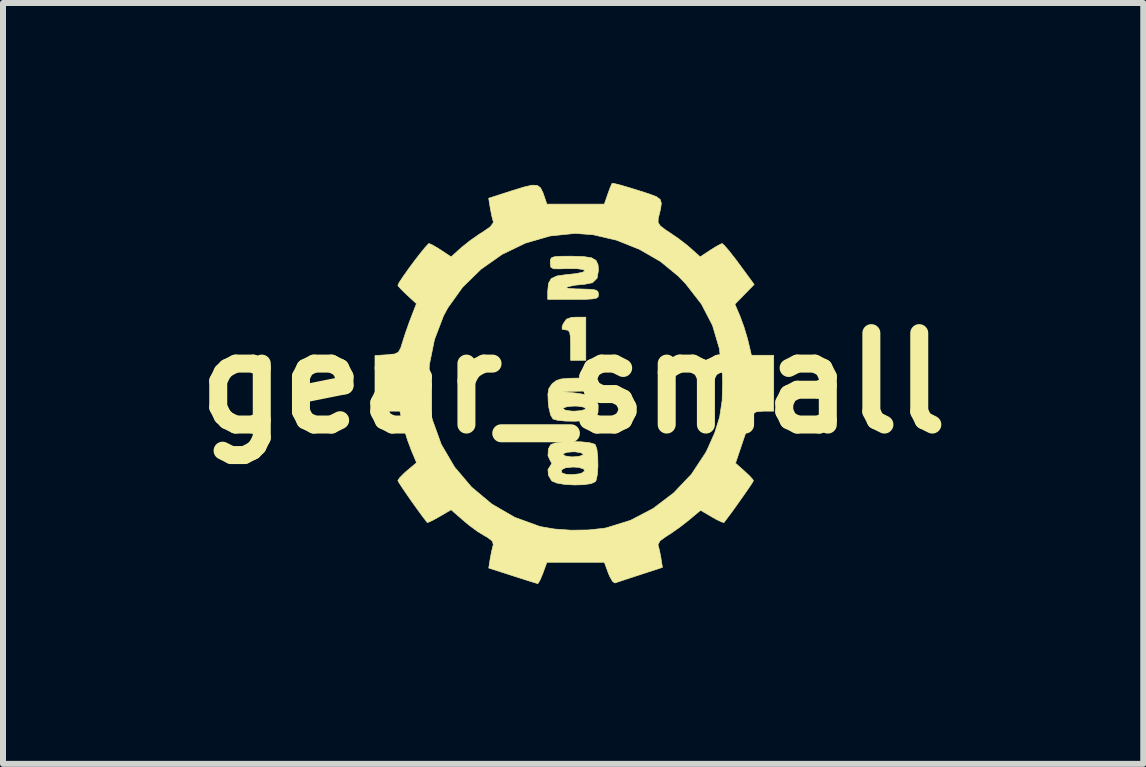
<source format=kicad_pcb>
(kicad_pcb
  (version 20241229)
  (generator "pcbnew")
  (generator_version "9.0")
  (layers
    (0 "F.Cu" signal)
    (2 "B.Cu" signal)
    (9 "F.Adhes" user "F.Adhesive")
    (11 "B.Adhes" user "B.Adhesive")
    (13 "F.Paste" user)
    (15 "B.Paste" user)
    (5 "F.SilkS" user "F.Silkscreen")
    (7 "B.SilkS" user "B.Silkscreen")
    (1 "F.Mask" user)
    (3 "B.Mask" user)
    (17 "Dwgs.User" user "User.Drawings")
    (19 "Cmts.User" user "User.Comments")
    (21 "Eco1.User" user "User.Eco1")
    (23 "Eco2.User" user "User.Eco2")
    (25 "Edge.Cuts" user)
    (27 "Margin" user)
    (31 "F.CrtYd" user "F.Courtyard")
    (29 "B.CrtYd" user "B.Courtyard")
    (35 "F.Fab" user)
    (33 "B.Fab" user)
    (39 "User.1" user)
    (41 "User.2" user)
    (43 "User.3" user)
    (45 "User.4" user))
  (footprint "gear_small"
    (layer "F.Cu")
    (at 6.502 3.337)
    (property "Reference" "gear_small" (at 0 0 0) (layer "F.SilkS") (effects (font (size 1.524 1.524) (thickness 0.3))))
    (attr through_hole)
    (fp_poly (pts (xy 0.212 -0.381) (xy -0.042 -0.381) (xy -0.042 -0.635) (xy -0.045 -0.777) (xy -0.059 -0.854) (xy -0.09 -0.884) (xy -0.126 -0.889) (xy -0.182 -0.899) (xy -0.183 -0.944) (xy -0.162 -0.995) (xy -0.111 -1.067) (xy -0.028 -1.097) (xy 0.049 -1.101) (xy 0.212 -1.101) (xy 0.212 -0.381)) (stroke (width 0.01) (type solid)) (fill yes) (layer "F.SilkS"))
    (fp_poly (pts (xy 0.173 -2.111) (xy 0.305 -2.091) (xy 0.382 -2.047) (xy 0.416 -1.973) (xy 0.423 -1.884) (xy 0.4 -1.75) (xy 0.324 -1.675) (xy 0.183 -1.647) (xy 0.171 -1.647) (xy 0.035 -1.634) (xy -0.084 -1.609) (xy -0.085 -1.609) (xy -0.116 -1.591) (xy -0.072 -1.579) (xy 0.05 -1.572) (xy 0.116 -1.571) (xy 0.276 -1.566) (xy 0.368 -1.555) (xy 0.411 -1.532) (xy 0.423 -1.492) (xy 0.423 -1.482) (xy 0.418 -1.443) (xy 0.39 -1.418) (xy 0.325 -1.405) (xy 0.208 -1.398) (xy 0.023 -1.397) (xy 0 -1.397) (xy -0.423 -1.397) (xy -0.423 -1.535) (xy -0.41 -1.664) (xy -0.364 -1.744) (xy -0.268 -1.788) (xy -0.105 -1.811) (xy -0.087 -1.812) (xy 0.052 -1.827) (xy 0.155 -1.849) (xy 0.194 -1.868) (xy 0.172 -1.894) (xy 0.072 -1.908) (xy -0.103 -1.91) (xy -0.222 -1.906) (xy -0.326 -1.907) (xy -0.371 -1.934) (xy -0.381 -2.003) (xy -0.381 -2.008) (xy -0.378 -2.061) (xy -0.357 -2.093) (xy -0.302 -2.11) (xy -0.196 -2.116) (xy -0.03 -2.117) (xy 0.173 -2.111)) (stroke (width 0.01) (type solid)) (fill yes) (layer "F.SilkS"))
    (fp_poly (pts (xy 0.225 -0.083) (xy 0.32 -0.075) (xy 0.365 -0.055) (xy 0.38 -0.016) (xy 0.381 0.021) (xy 0.376 0.077) (xy 0.349 0.11) (xy 0.281 0.125) (xy 0.153 0.132) (xy 0.095 0.133) (xy -0.191 0.139) (xy 0.078 0.169) (xy 0.232 0.195) (xy 0.343 0.23) (xy 0.385 0.259) (xy 0.418 0.365) (xy 0.415 0.487) (xy 0.376 0.58) (xy 0.373 0.584) (xy 0.305 0.61) (xy 0.181 0.626) (xy 0.027 0.634) (xy -0.129 0.631) (xy -0.259 0.618) (xy -0.335 0.596) (xy -0.374 0.532) (xy -0.4 0.423) (xy -0.169 0.423) (xy -0.131 0.449) (xy -0.036 0.464) (xy 0.021 0.466) (xy 0.135 0.457) (xy 0.203 0.436) (xy 0.212 0.423) (xy 0.174 0.398) (xy 0.078 0.383) (xy 0.021 0.381) (xy -0.092 0.389) (xy -0.161 0.411) (xy -0.169 0.423) (xy -0.4 0.423) (xy -0.404 0.408) (xy -0.414 0.326) (xy -0.42 0.181) (xy -0.404 0.089) (xy -0.358 0.02) (xy -0.344 0.005) (xy -0.282 -0.043) (xy -0.202 -0.07) (xy -0.078 -0.082) (xy 0.064 -0.085) (xy 0.225 -0.083)) (stroke (width 0.01) (type solid)) (fill yes) (layer "F.SilkS"))
    (fp_poly (pts (xy 0.136 0.977) (xy 0.272 0.991) (xy 0.358 1.016) (xy 0.371 1.027) (xy 0.397 1.102) (xy 0.411 1.23) (xy 0.414 1.379) (xy 0.405 1.519) (xy 0.384 1.618) (xy 0.372 1.64) (xy 0.302 1.673) (xy 0.175 1.692) (xy 0.019 1.696) (xy -0.14 1.687) (xy -0.273 1.664) (xy -0.354 1.629) (xy -0.357 1.627) (xy -0.412 1.534) (xy -0.418 1.443) (xy -0.193 1.443) (xy -0.188 1.491) (xy -0.182 1.497) (xy -0.118 1.518) (xy -0.011 1.523) (xy 0.1 1.511) (xy 0.144 1.498) (xy 0.195 1.462) (xy 0.173 1.427) (xy 0.09 1.403) (xy 0 1.397) (xy -0.127 1.41) (xy -0.193 1.443) (xy -0.418 1.443) (xy -0.418 1.437) (xy -0.377 1.374) (xy -0.354 1.331) (xy -0.377 1.299) (xy -0.419 1.207) (xy -0.417 1.185) (xy -0.169 1.185) (xy -0.132 1.212) (xy -0.038 1.227) (xy 0 1.228) (xy 0.106 1.218) (xy 0.165 1.195) (xy 0.169 1.185) (xy 0.132 1.159) (xy 0.038 1.144) (xy 0 1.143) (xy -0.106 1.152) (xy -0.165 1.176) (xy -0.169 1.185) (xy -0.417 1.185) (xy -0.412 1.095) (xy -0.373 1.024) (xy -0.303 0.997) (xy -0.177 0.98) (xy -0.022 0.973) (xy 0.136 0.977)) (stroke (width 0.01) (type solid)) (fill yes) (layer "F.SilkS"))
    (fp_poly (pts (xy 0.695 -3.326) (xy 0.802 -3.299) (xy 0.954 -3.254) (xy 1.079 -3.215) (xy 1.267 -3.155) (xy 1.388 -3.11) (xy 1.452 -3.062) (xy 1.471 -2.998) (xy 1.457 -2.9) (xy 1.421 -2.753) (xy 1.419 -2.746) (xy 1.416 -2.681) (xy 1.453 -2.622) (xy 1.545 -2.552) (xy 1.597 -2.519) (xy 1.748 -2.416) (xy 1.901 -2.299) (xy 1.958 -2.249) (xy 2.118 -2.106) (xy 2.286 -2.217) (xy 2.391 -2.282) (xy 2.467 -2.322) (xy 2.486 -2.327) (xy 2.523 -2.294) (xy 2.598 -2.207) (xy 2.697 -2.081) (xy 2.768 -1.986) (xy 3.018 -1.646) (xy 2.857 -1.481) (xy 2.697 -1.317) (xy 2.783 -1.114) (xy 2.846 -0.943) (xy 2.903 -0.754) (xy 2.92 -0.688) (xy 2.972 -0.466) (xy 3.344 -0.466) (xy 3.344 0.466) (xy 3.174 0.466) (xy 3.056 0.475) (xy 2.994 0.513) (xy 2.969 0.561) (xy 2.94 0.645) (xy 2.893 0.783) (xy 2.836 0.949) (xy 2.821 0.995) (xy 2.707 1.333) (xy 2.856 1.465) (xy 2.944 1.548) (xy 2.998 1.609) (xy 3.006 1.624) (xy 2.983 1.665) (xy 2.922 1.756) (xy 2.836 1.88) (xy 2.737 2.02) (xy 2.638 2.158) (xy 2.55 2.275) (xy 2.514 2.323) (xy 2.474 2.312) (xy 2.385 2.269) (xy 2.313 2.228) (xy 2.125 2.118) (xy 1.92 2.289) (xy 1.779 2.399) (xy 1.635 2.5) (xy 1.554 2.551) (xy 1.45 2.626) (xy 1.415 2.69) (xy 1.417 2.7) (xy 1.438 2.78) (xy 1.462 2.897) (xy 1.464 2.915) (xy 1.489 3.07) (xy 1.115 3.192) (xy 0.946 3.247) (xy 0.807 3.293) (xy 0.717 3.323) (xy 0.697 3.33) (xy 0.658 3.304) (xy 0.61 3.22) (xy 0.587 3.165) (xy 0.521 2.985) (xy -0.437 2.985) (xy -0.502 3.164) (xy -0.546 3.271) (xy -0.581 3.333) (xy -0.591 3.34) (xy -0.639 3.326) (xy -0.748 3.292) (xy -0.901 3.243) (xy -1.01 3.208) (xy -1.406 3.081) (xy -1.381 2.92) (xy -1.357 2.797) (xy -1.334 2.704) (xy -1.33 2.695) (xy -1.344 2.633) (xy -1.434 2.565) (xy -1.468 2.547) (xy -1.591 2.472) (xy -1.736 2.365) (xy -1.831 2.286) (xy -2.033 2.109) (xy -2.226 2.222) (xy -2.336 2.283) (xy -2.411 2.318) (xy -2.431 2.321) (xy -2.5 2.233) (xy -2.59 2.11) (xy -2.689 1.972) (xy -2.784 1.835) (xy -2.862 1.72) (xy -2.911 1.643) (xy -2.921 1.622) (xy -2.891 1.577) (xy -2.816 1.501) (xy -2.765 1.456) (xy -2.609 1.325) (xy -2.696 1.118) (xy -2.761 0.944) (xy -2.819 0.753) (xy -2.835 0.688) (xy -2.887 0.466) (xy -3.302 0.466) (xy -3.302 0.121) (xy -2.414 0.121) (xy -2.364 0.532) (xy -2.346 0.608) (xy -2.197 1.02) (xy -1.976 1.397) (xy -1.693 1.731) (xy -1.355 2.014) (xy -0.972 2.236) (xy -0.553 2.388) (xy -0.55 2.389) (xy -0.314 2.43) (xy -0.034 2.45) (xy 0.255 2.446) (xy 0.515 2.418) (xy 0.559 2.409) (xy 0.956 2.286) (xy 1.333 2.089) (xy 1.676 1.829) (xy 1.972 1.518) (xy 2.206 1.164) (xy 2.234 1.111) (xy 2.361 0.826) (xy 2.443 0.562) (xy 2.484 0.289) (xy 2.492 -0.025) (xy 2.488 -0.145) (xy 2.438 -0.577) (xy 2.324 -0.963) (xy 2.14 -1.318) (xy 1.879 -1.654) (xy 1.759 -1.78) (xy 1.459 -2.027) (xy 1.106 -2.231) (xy 0.723 -2.384) (xy 0.332 -2.475) (xy 0.034 -2.497) (xy -0.384 -2.454) (xy -0.794 -2.335) (xy -1.182 -2.148) (xy -1.535 -1.9) (xy -1.842 -1.6) (xy -2.088 -1.256) (xy -2.16 -1.122) (xy -2.31 -0.729) (xy -2.396 -0.307) (xy -2.414 0.121) (xy -3.302 0.121) (xy -3.302 -0.461) (xy -3.101 -0.474) (xy -2.978 -0.486) (xy -2.912 -0.516) (xy -2.873 -0.587) (xy -2.845 -0.677) (xy -2.796 -0.831) (xy -2.733 -1.01) (xy -2.7 -1.097) (xy -2.611 -1.326) (xy -2.766 -1.468) (xy -2.855 -1.554) (xy -2.911 -1.616) (xy -2.921 -1.633) (xy -2.897 -1.681) (xy -2.835 -1.775) (xy -2.748 -1.898) (xy -2.649 -2.032) (xy -2.551 -2.159) (xy -2.468 -2.261) (xy -2.414 -2.32) (xy -2.402 -2.328) (xy -2.35 -2.307) (xy -2.255 -2.252) (xy -2.201 -2.217) (xy -2.033 -2.106) (xy -1.868 -2.255) (xy -1.727 -2.369) (xy -1.565 -2.483) (xy -1.506 -2.519) (xy -1.377 -2.609) (xy -1.329 -2.678) (xy -1.331 -2.697) (xy -1.353 -2.778) (xy -1.377 -2.898) (xy -1.381 -2.921) (xy -1.407 -3.083) (xy -1.01 -3.211) (xy -0.815 -3.271) (xy -0.682 -3.301) (xy -0.597 -3.297) (xy -0.543 -3.257) (xy -0.503 -3.177) (xy -0.483 -3.12) (xy -0.437 -2.985) (xy 0.521 -2.985) (xy 0.578 -3.151) (xy 0.617 -3.258) (xy 0.646 -3.324) (xy 0.651 -3.332) (xy 0.695 -3.326)) (stroke (width 0.01) (type solid)) (fill yes) (layer "F.SilkS")))
  (gr_rect
    (start -3 -3)
    (end 16.005 9.682)
    (stroke (width 0.1) (type default))
    (fill no)
    (layer "Edge.Cuts")))
</source>
